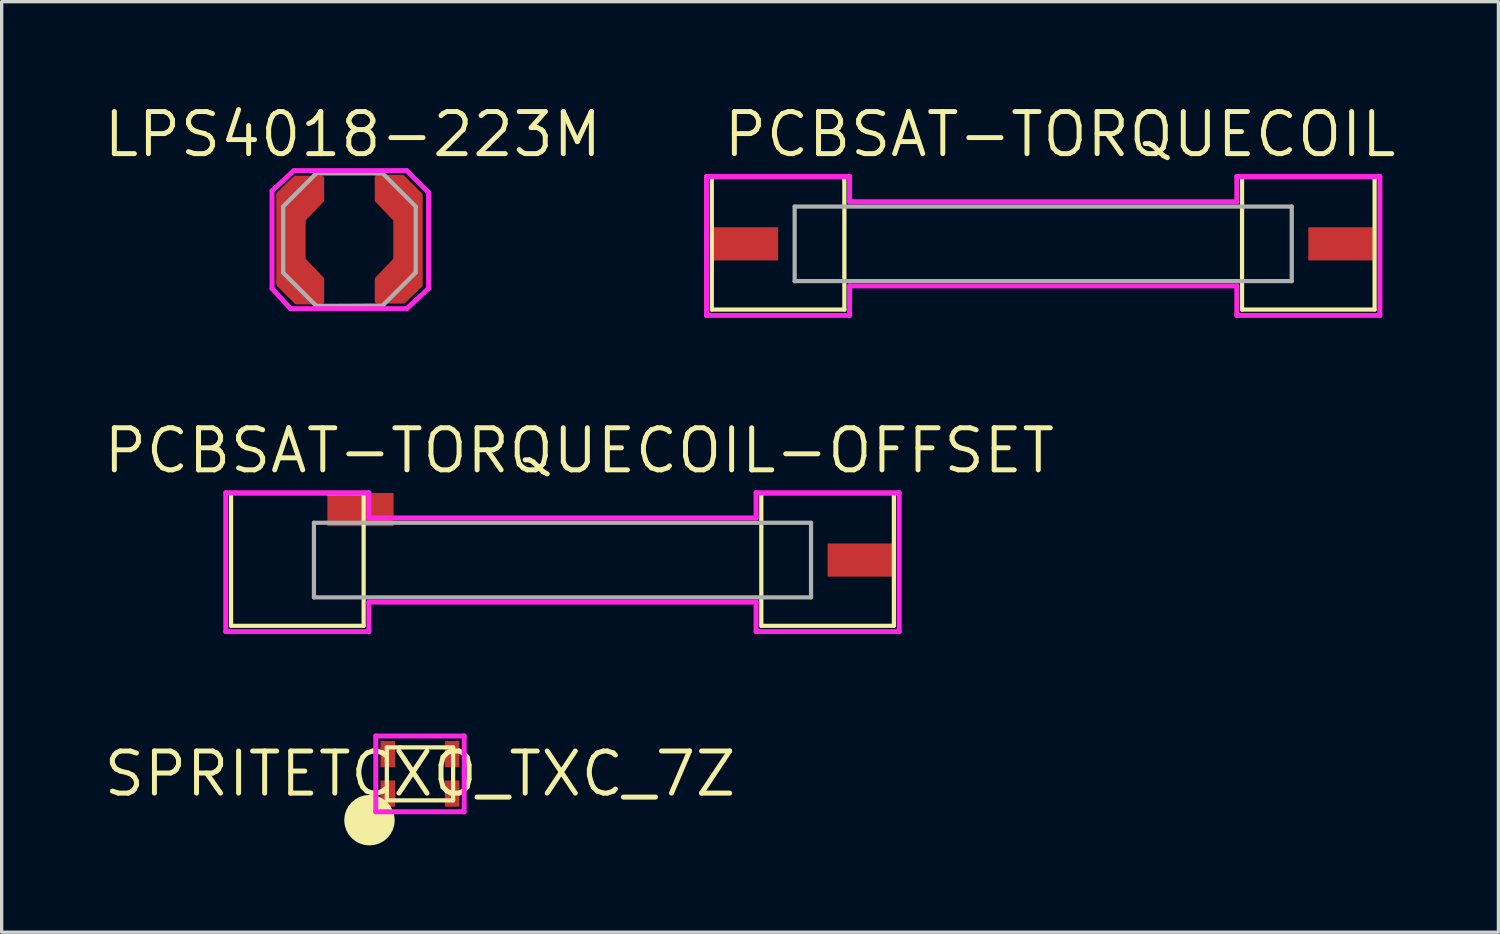
<source format=kicad_pcb>
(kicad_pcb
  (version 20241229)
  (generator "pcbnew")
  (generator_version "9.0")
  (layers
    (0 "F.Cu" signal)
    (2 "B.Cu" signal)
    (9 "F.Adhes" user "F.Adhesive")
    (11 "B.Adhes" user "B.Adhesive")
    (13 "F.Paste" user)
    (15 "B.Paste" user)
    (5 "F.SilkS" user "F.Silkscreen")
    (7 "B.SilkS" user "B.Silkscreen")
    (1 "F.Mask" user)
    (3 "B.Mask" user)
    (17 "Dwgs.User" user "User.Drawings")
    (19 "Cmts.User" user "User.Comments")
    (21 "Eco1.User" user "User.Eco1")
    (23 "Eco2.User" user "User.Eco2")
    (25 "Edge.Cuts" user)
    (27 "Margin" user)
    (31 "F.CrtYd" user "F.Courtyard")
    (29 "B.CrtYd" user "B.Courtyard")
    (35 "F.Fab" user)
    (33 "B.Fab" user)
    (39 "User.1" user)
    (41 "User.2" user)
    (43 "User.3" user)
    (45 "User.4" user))
  (footprint "LPS4018-223M"
    (layer "F.Cu")
    (at 9.248 4.181)
    (property "Reference" "LPS4018-223M" (at -1.651 -3.175 0) (layer "F.SilkS") (effects (font (size 1.27 1.27) (thickness 0.15))))
    (attr through_hole)
    (fp_line (start -4.089 -1.473) (end -3.429 -2.083) (stroke (width 0.15) (type solid)) (layer "F.CrtYd"))
    (fp_line (start -4.089 1.473) (end -4.089 -1.473) (stroke (width 0.15) (type solid)) (layer "F.CrtYd"))
    (fp_line (start -3.531 2.083) (end -4.089 1.473) (stroke (width 0.15) (type solid)) (layer "F.CrtYd"))
    (fp_line (start -3.429 -2.083) (end -0.025 -2.083) (stroke (width 0.15) (type solid)) (layer "F.CrtYd"))
    (fp_line (start -0.025 -2.083) (end 0.635 -1.422) (stroke (width 0.15) (type solid)) (layer "F.CrtYd"))
    (fp_line (start -0.025 2.083) (end -3.531 2.083) (stroke (width 0.15) (type solid)) (layer "F.CrtYd"))
    (fp_line (start 0.635 -1.422) (end 0.635 1.473) (stroke (width 0.15) (type solid)) (layer "F.CrtYd"))
    (fp_line (start 0.635 1.473) (end -0.025 2.083) (stroke (width 0.15) (type solid)) (layer "F.CrtYd"))
    (fp_line (start -3.753 -1) (end -3.753 1) (stroke (width 0.127) (type solid)) (layer "F.Fab"))
    (fp_line (start -3.753 1) (end -2.753 2) (stroke (width 0.127) (type solid)) (layer "F.Fab"))
    (fp_line (start -2.753 -2) (end -3.753 -1) (stroke (width 0.127) (type solid)) (layer "F.Fab"))
    (fp_line (start -2.753 -2) (end -0.753 -2) (stroke (width 0.127) (type solid)) (layer "F.Fab"))
    (fp_line (start -2.753 2) (end -0.753 1.99) (stroke (width 0.127) (type solid)) (layer "F.Fab"))
    (fp_line (start -0.753 -2) (end 0.247 -1) (stroke (width 0.127) (type solid)) (layer "F.Fab"))
    (fp_line (start -0.753 1.99) (end 0.247 0.99) (stroke (width 0.127) (type solid)) (layer "F.Fab"))
    (fp_line (start 0.247 0.99) (end 0.247 -1) (stroke (width 0.127) (type solid)) (layer "F.Fab"))
    (pad "P$1" smd custom (at -3.531 0.025 180) (size 0.508 0.508) (layers "F.Cu" "F.Mask" "F.Paste") (options (anchor rect)) (primitives (gr_poly (pts (xy -0.94 -1.854) (xy -0.178 -1.854) (xy 0.356 -1.321) (xy 0.356 1.397) (xy -0.152 1.88) (xy -0.94 1.88) (xy -0.94 1.219) (xy -0.381 0.635) (xy -0.381 -0.584) (xy -0.94 -1.168)) (width 0.15) (fill yes))))
    (pad "P$2" smd custom (at 0.025 -0.025) (size 0.508 0.508) (layers "F.Cu" "F.Mask" "F.Paste") (options (anchor rect)) (primitives (gr_poly (pts (xy -0.94 -1.854) (xy -0.178 -1.854) (xy 0.356 -1.321) (xy 0.356 1.397) (xy -0.152 1.88) (xy -0.94 1.88) (xy -0.94 1.219) (xy -0.381 0.635) (xy -0.381 -0.584) (xy -0.94 -1.168)) (width 0.15) (fill yes)))))
  (footprint "SPRITETCXO_TXC_7Z"
    (layer "F.Cu")
    (at 9.623 20.302)
    (property "Reference" "SPRITETCXO_TXC_7Z" (at 0 0 0) (layer "F.SilkS") (effects (font (size 1.27 1.27) (thickness 0.15))))
    (attr through_hole)
    (fp_line (start -1 -0.8) (end -0.6 -0.8) (stroke (width 0.127) (type solid)) (layer "F.SilkS"))
    (fp_line (start -1 -0.4) (end -1 -0.8) (stroke (width 0.127) (type solid)) (layer "F.SilkS"))
    (fp_line (start -1 0.8) (end -1 -0.4) (stroke (width 0.127) (type solid)) (layer "F.SilkS"))
    (fp_line (start -0.6 -0.8) (end 1 -0.8) (stroke (width 0.127) (type solid)) (layer "F.SilkS"))
    (fp_line (start 1 -0.8) (end 1 0.8) (stroke (width 0.127) (type solid)) (layer "F.SilkS"))
    (fp_line (start 1 0.8) (end -1 0.8) (stroke (width 0.127) (type solid)) (layer "F.SilkS"))
    (fp_circle (center -1.524 1.397) (end -1.524 1.397) (stroke (width 0.762) (type solid)) (fill no) (layer "F.SilkS"))
    (fp_line (start -1.333 -1.143) (end 1.333 -1.143) (stroke (width 0.15) (type solid)) (layer "F.CrtYd"))
    (fp_line (start -1.333 1.143) (end -1.333 -1.143) (stroke (width 0.15) (type solid)) (layer "F.CrtYd"))
    (fp_line (start 1.333 -1.143) (end 1.333 1.143) (stroke (width 0.15) (type solid)) (layer "F.CrtYd"))
    (fp_line (start 1.333 1.143) (end -1.333 1.143) (stroke (width 0.15) (type solid)) (layer "F.CrtYd"))
    (pad "GND1" smd rect (at -0.97 0.595) (size 0.44 0.79) (layers "F.Cu" "F.Mask" "F.Paste"))
    (pad "GND2" smd rect (at 0.97 0.595) (size 0.44 0.79) (layers "F.Cu" "F.Mask" "F.Paste"))
    (pad "OUT" smd rect (at 0.97 -0.595) (size 0.44 0.79) (layers "F.Cu" "F.Mask" "F.Paste"))
    (pad "VCC" smd rect (at -0.97 -0.595) (size 0.44 0.79) (layers "F.Cu" "F.Mask" "F.Paste")))
  (footprint "PCBSAT-TORQUECOIL-OFFSET"
    (layer "F.Cu")
    (at 13.923 12.834)
    (property "Reference" "PCBSAT-TORQUECOIL-OFFSET" (at 0.508 -2.286 0) (layer "F.SilkS") (effects (font (size 1.27 1.27) (thickness 0.15))))
    (attr through_hole)
    (fp_line (start -10 -1) (end -10 3) (stroke (width 0.127) (type solid)) (layer "F.SilkS"))
    (fp_line (start -10 3) (end -6 3) (stroke (width 0.127) (type solid)) (layer "F.SilkS"))
    (fp_line (start -6 -1) (end -10 -1) (stroke (width 0.127) (type solid)) (layer "F.SilkS"))
    (fp_line (start -6 3) (end -6 -1) (stroke (width 0.127) (type solid)) (layer "F.SilkS"))
    (fp_line (start 6 -1) (end 10 -1) (stroke (width 0.127) (type solid)) (layer "F.SilkS"))
    (fp_line (start 6 3) (end 6 -1) (stroke (width 0.127) (type solid)) (layer "F.SilkS"))
    (fp_line (start 10 -1) (end 10 3) (stroke (width 0.127) (type solid)) (layer "F.SilkS"))
    (fp_line (start 10 3) (end 6 3) (stroke (width 0.127) (type solid)) (layer "F.SilkS"))
    (fp_line (start -10.16 -1.016) (end -5.842 -1.016) (stroke (width 0.15) (type solid)) (layer "F.CrtYd"))
    (fp_line (start -10.16 3.175) (end -10.16 -1.016) (stroke (width 0.15) (type solid)) (layer "F.CrtYd"))
    (fp_line (start -10.16 3.175) (end -5.842 3.175) (stroke (width 0.15) (type solid)) (layer "F.CrtYd"))
    (fp_line (start -5.842 -0.254) (end -5.842 -1.016) (stroke (width 0.15) (type solid)) (layer "F.CrtYd"))
    (fp_line (start -5.842 -0.254) (end 5.842 -0.254) (stroke (width 0.15) (type solid)) (layer "F.CrtYd"))
    (fp_line (start -5.842 2.286) (end 5.842 2.286) (stroke (width 0.15) (type solid)) (layer "F.CrtYd"))
    (fp_line (start -5.842 3.175) (end -5.842 2.286) (stroke (width 0.15) (type solid)) (layer "F.CrtYd"))
    (fp_line (start 5.842 -1.016) (end 5.842 -0.254) (stroke (width 0.15) (type solid)) (layer "F.CrtYd"))
    (fp_line (start 5.842 -1.016) (end 10.16 -1.016) (stroke (width 0.15) (type solid)) (layer "F.CrtYd"))
    (fp_line (start 5.842 2.286) (end 5.842 3.175) (stroke (width 0.15) (type solid)) (layer "F.CrtYd"))
    (fp_line (start 5.842 3.175) (end 10.16 3.175) (stroke (width 0.15) (type solid)) (layer "F.CrtYd"))
    (fp_line (start 10.16 -1.016) (end 10.16 3.175) (stroke (width 0.15) (type solid)) (layer "F.CrtYd"))
    (fp_line (start -7.5 -0.109) (end 7.5 -0.109) (stroke (width 0.127) (type solid)) (layer "F.Fab"))
    (fp_line (start -7.5 2.141) (end -7.5 -0.109) (stroke (width 0.127) (type solid)) (layer "F.Fab"))
    (fp_line (start 7.5 -0.109) (end 7.5 2.141) (stroke (width 0.127) (type solid)) (layer "F.Fab"))
    (fp_line (start 7.5 2.141) (end -7.5 2.141) (stroke (width 0.127) (type solid)) (layer "F.Fab"))
    (pad "1" smd rect (at -6.096 -0.508) (size 2 1) (layers "F.Cu" "F.Mask" "F.Paste"))
    (pad "2" smd rect (at 9 1.016) (size 2 1) (layers "F.Cu" "F.Mask" "F.Paste")))
  (footprint "PCBSAT-TORQUECOIL"
    (layer "F.Cu")
    (at 28.429 3.292)
    (property "Reference" "PCBSAT-TORQUECOIL" (at 0.508 -2.286 0) (layer "F.SilkS") (effects (font (size 1.27 1.27) (thickness 0.15))))
    (attr through_hole)
    (fp_line (start -10 -1) (end -10 3) (stroke (width 0.127) (type solid)) (layer "F.SilkS"))
    (fp_line (start -10 3) (end -6 3) (stroke (width 0.127) (type solid)) (layer "F.SilkS"))
    (fp_line (start -6 -1) (end -10 -1) (stroke (width 0.127) (type solid)) (layer "F.SilkS"))
    (fp_line (start -6 3) (end -6 -1) (stroke (width 0.127) (type solid)) (layer "F.SilkS"))
    (fp_line (start 6 -1) (end 10 -1) (stroke (width 0.127) (type solid)) (layer "F.SilkS"))
    (fp_line (start 6 3) (end 6 -1) (stroke (width 0.127) (type solid)) (layer "F.SilkS"))
    (fp_line (start 10 -1) (end 10 3) (stroke (width 0.127) (type solid)) (layer "F.SilkS"))
    (fp_line (start 10 3) (end 6 3) (stroke (width 0.127) (type solid)) (layer "F.SilkS"))
    (fp_line (start -10.16 -1.016) (end -5.842 -1.016) (stroke (width 0.15) (type solid)) (layer "F.CrtYd"))
    (fp_line (start -10.16 3.175) (end -10.16 -1.016) (stroke (width 0.15) (type solid)) (layer "F.CrtYd"))
    (fp_line (start -10.16 3.175) (end -5.842 3.175) (stroke (width 0.15) (type solid)) (layer "F.CrtYd"))
    (fp_line (start -5.842 -0.254) (end -5.842 -1.016) (stroke (width 0.15) (type solid)) (layer "F.CrtYd"))
    (fp_line (start -5.842 -0.254) (end 5.842 -0.254) (stroke (width 0.15) (type solid)) (layer "F.CrtYd"))
    (fp_line (start -5.842 2.286) (end 5.842 2.286) (stroke (width 0.15) (type solid)) (layer "F.CrtYd"))
    (fp_line (start -5.842 3.175) (end -5.842 2.286) (stroke (width 0.15) (type solid)) (layer "F.CrtYd"))
    (fp_line (start 5.842 -1.016) (end 5.842 -0.254) (stroke (width 0.15) (type solid)) (layer "F.CrtYd"))
    (fp_line (start 5.842 -1.016) (end 10.16 -1.016) (stroke (width 0.15) (type solid)) (layer "F.CrtYd"))
    (fp_line (start 5.842 2.286) (end 5.842 3.175) (stroke (width 0.15) (type solid)) (layer "F.CrtYd"))
    (fp_line (start 5.842 3.175) (end 10.16 3.175) (stroke (width 0.15) (type solid)) (layer "F.CrtYd"))
    (fp_line (start 10.16 -1.016) (end 10.16 3.175) (stroke (width 0.15) (type solid)) (layer "F.CrtYd"))
    (fp_line (start -7.5 -0.109) (end 7.5 -0.109) (stroke (width 0.127) (type solid)) (layer "F.Fab"))
    (fp_line (start -7.5 2.141) (end -7.5 -0.109) (stroke (width 0.127) (type solid)) (layer "F.Fab"))
    (fp_line (start 7.5 -0.109) (end 7.5 2.141) (stroke (width 0.127) (type solid)) (layer "F.Fab"))
    (fp_line (start 7.5 2.141) (end -7.5 2.141) (stroke (width 0.127) (type solid)) (layer "F.Fab"))
    (pad "1" smd rect (at -9 1.016) (size 2 1) (layers "F.Cu" "F.Mask" "F.Paste"))
    (pad "2" smd rect (at 9 1.016) (size 2 1) (layers "F.Cu" "F.Mask" "F.Paste")))
  (gr_rect
    (start -3 -3)
    (end 42.165 25.08)
    (stroke (width 0.1) (type default))
    (fill no)
    (layer "Edge.Cuts")))
</source>
